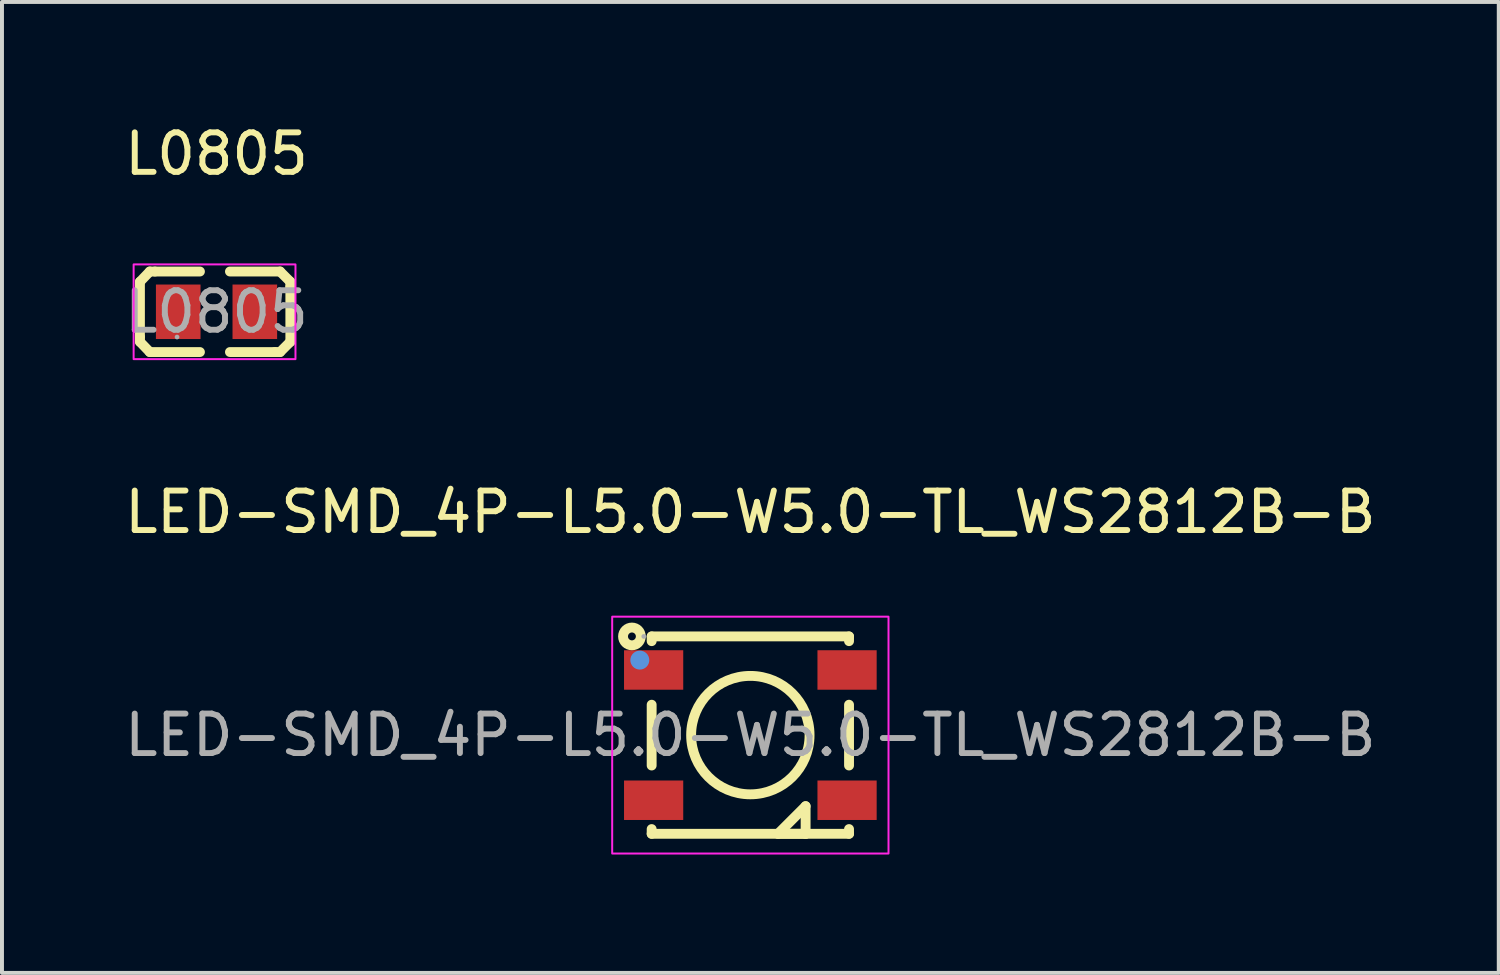
<source format=kicad_pcb>
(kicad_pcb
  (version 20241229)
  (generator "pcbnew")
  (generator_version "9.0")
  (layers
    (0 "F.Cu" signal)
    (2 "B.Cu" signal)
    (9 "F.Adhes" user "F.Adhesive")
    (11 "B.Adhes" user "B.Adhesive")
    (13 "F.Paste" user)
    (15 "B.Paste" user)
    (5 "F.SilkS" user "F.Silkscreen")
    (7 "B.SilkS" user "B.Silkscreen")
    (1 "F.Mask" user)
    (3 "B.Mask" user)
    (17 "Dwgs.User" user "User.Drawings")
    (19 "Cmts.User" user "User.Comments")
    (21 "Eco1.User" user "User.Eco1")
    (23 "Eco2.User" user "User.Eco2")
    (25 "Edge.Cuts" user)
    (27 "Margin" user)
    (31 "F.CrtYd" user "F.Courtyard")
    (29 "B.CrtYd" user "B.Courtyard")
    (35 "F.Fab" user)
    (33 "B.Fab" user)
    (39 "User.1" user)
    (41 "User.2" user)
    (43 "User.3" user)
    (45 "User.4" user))
  (footprint "LED-SMD_4P-L5.0-W5.0-TL_WS2812B-B"
    (layer "F.Cu")
    (at 15.958 15.572)
    (property "Reference" "LED-SMD_4P-L5.0-W5.0-TL_WS2812B-B" (at 0 -5.65 0) (layer "F.SilkS") (effects (font (size 1 1) (thickness 0.15))))
    (attr through_hole)
    (fp_line (start -2.5 -2.5) (end 2.5 -2.5) (stroke (width 0.25) (type solid)) (layer "F.SilkS"))
    (fp_line (start -2.5 -2.38) (end -2.5 -2.5) (stroke (width 0.25) (type solid)) (layer "F.SilkS"))
    (fp_line (start -2.5 0.77) (end -2.5 -0.77) (stroke (width 0.25) (type solid)) (layer "F.SilkS"))
    (fp_line (start -2.5 2.5) (end -2.5 2.38) (stroke (width 0.25) (type solid)) (layer "F.SilkS"))
    (fp_line (start 0.7 2.5) (end 1.4 1.8) (stroke (width 0.25) (type solid)) (layer "F.SilkS"))
    (fp_line (start 1.4 1.8) (end 1.4 2.5) (stroke (width 0.25) (type solid)) (layer "F.SilkS"))
    (fp_line (start 1.4 2.5) (end 0.7 2.5) (stroke (width 0.25) (type solid)) (layer "F.SilkS"))
    (fp_line (start 1.4 2.5) (end 1.4 2.5) (stroke (width 0.25) (type solid)) (layer "F.SilkS"))
    (fp_line (start 2.5 -2.5) (end 2.5 -2.38) (stroke (width 0.25) (type solid)) (layer "F.SilkS"))
    (fp_line (start 2.5 -0.77) (end 2.5 0.77) (stroke (width 0.25) (type solid)) (layer "F.SilkS"))
    (fp_line (start 2.5 2.38) (end 2.5 2.5) (stroke (width 0.25) (type solid)) (layer "F.SilkS"))
    (fp_line (start 2.5 2.5) (end -2.5 2.5) (stroke (width 0.25) (type solid)) (layer "F.SilkS"))
    (fp_circle (center -3 -2.5) (end -2.9 -2.5) (stroke (width 0.25) (type solid)) (fill no) (layer "F.SilkS"))
    (fp_circle (center 0 0) (end 1.5 0) (stroke (width 0.25) (type solid)) (fill no) (layer "F.SilkS"))
    (fp_circle (center -2.8 -1.9) (end -2.68 -1.9) (stroke (width 0.24) (type solid)) (fill no) (layer "Cmts.User"))
    (fp_rect (start -3.5 -3) (end 3.5 3) (stroke (width 0.05) (type default)) (fill no) (layer "F.CrtYd"))
    (fp_circle (center -2.7 -2.5) (end -2.67 -2.5) (stroke (width 0.06) (type solid)) (fill no) (layer "F.Fab"))
    (fp_text user "${REFERENCE}" (at 0 0 0) (layer "F.Fab") (effects (font (size 1 1) (thickness 0.15))))
    (pad "1" smd rect (at -2.45 -1.65 180) (size 1.5 1) (layers "F.Cu" "F.Mask" "F.Paste"))
    (pad "2" smd rect (at -2.45 1.65 180) (size 1.5 1) (layers "F.Cu" "F.Mask" "F.Paste"))
    (pad "3" smd rect (at 2.45 1.65 180) (size 1.5 1) (layers "F.Cu" "F.Mask" "F.Paste"))
    (pad "4" smd rect (at 2.45 -1.65 180) (size 1.5 1) (layers "F.Cu" "F.Mask" "F.Paste")))
  (footprint "L0805"
    (layer "F.Cu")
    (at 2.435 4.848)
    (property "Reference" "L0805" (at 0 -4 0) (layer "F.SilkS") (effects (font (size 1 1) (thickness 0.15))))
    (attr through_hole)
    (fp_line (start -1.94 -0.76) (end -1.94 0.64) (stroke (width 0.25) (type solid)) (layer "F.SilkS"))
    (fp_line (start -1.94 0.64) (end -1.94 0.76) (stroke (width 0.25) (type solid)) (layer "F.SilkS"))
    (fp_line (start -1.94 0.76) (end -1.69 1.02) (stroke (width 0.25) (type solid)) (layer "F.SilkS"))
    (fp_line (start -1.69 -1.02) (end -1.94 -0.76) (stroke (width 0.25) (type solid)) (layer "F.SilkS"))
    (fp_line (start -1.69 1.02) (end -0.42 1.02) (stroke (width 0.25) (type solid)) (layer "F.SilkS"))
    (fp_line (start -1.56 -1.02) (end -1.69 -1.02) (stroke (width 0.25) (type solid)) (layer "F.SilkS"))
    (fp_line (start -0.42 -1.02) (end -1.56 -1.02) (stroke (width 0.25) (type solid)) (layer "F.SilkS"))
    (fp_line (start 0.34 1.02) (end 1.48 1.02) (stroke (width 0.25) (type solid)) (layer "F.SilkS"))
    (fp_line (start 1.48 1.02) (end 1.61 1.02) (stroke (width 0.25) (type solid)) (layer "F.SilkS"))
    (fp_line (start 1.61 -1.02) (end 0.34 -1.02) (stroke (width 0.25) (type solid)) (layer "F.SilkS"))
    (fp_line (start 1.61 1.02) (end 1.87 0.76) (stroke (width 0.25) (type solid)) (layer "F.SilkS"))
    (fp_line (start 1.87 -0.76) (end 1.61 -1.02) (stroke (width 0.25) (type solid)) (layer "F.SilkS"))
    (fp_line (start 1.87 -0.63) (end 1.87 -0.76) (stroke (width 0.25) (type solid)) (layer "F.SilkS"))
    (fp_line (start 1.87 0.76) (end 1.87 -0.63) (stroke (width 0.25) (type solid)) (layer "F.SilkS"))
    (fp_rect (start -2.1 -1.2) (end 2 1.2) (stroke (width 0.05) (type default)) (fill no) (layer "F.CrtYd"))
    (fp_circle (center -1 0.64) (end -0.97 0.64) (stroke (width 0.06) (type solid)) (fill no) (layer "F.Fab"))
    (fp_text user "${REFERENCE}" (at 0 0 0) (layer "F.Fab") (effects (font (size 1 1) (thickness 0.15))))
    (pad "1" smd rect (at -0.97 0) (size 1.13 1.38) (layers "F.Cu" "F.Mask" "F.Paste"))
    (pad "2" smd rect (at 0.97 0) (size 1.13 1.38) (layers "F.Cu" "F.Mask" "F.Paste")))
  (gr_rect
    (start -3 -3)
    (end 34.917 21.596)
    (stroke (width 0.1) (type default))
    (fill no)
    (layer "Edge.Cuts")))
</source>
